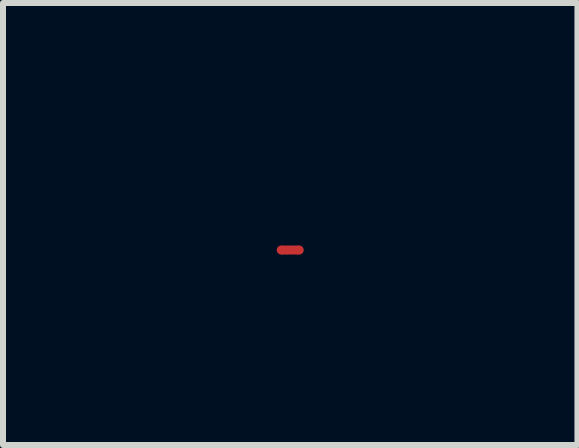
<source format=kicad_pcb>
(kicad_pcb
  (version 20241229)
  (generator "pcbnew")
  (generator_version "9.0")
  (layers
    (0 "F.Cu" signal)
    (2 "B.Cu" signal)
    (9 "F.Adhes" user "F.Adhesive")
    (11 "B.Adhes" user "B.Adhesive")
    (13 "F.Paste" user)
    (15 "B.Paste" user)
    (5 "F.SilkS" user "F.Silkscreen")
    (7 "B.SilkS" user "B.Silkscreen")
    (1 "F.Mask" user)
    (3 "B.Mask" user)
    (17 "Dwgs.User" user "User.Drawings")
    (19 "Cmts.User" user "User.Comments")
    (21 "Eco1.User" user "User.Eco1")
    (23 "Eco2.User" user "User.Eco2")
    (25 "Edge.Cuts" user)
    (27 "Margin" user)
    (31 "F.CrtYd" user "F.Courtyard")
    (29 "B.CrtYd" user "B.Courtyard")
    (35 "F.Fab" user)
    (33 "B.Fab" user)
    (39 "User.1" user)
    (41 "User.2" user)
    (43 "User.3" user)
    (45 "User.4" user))
  (footprint "net-tie-2-tiny"
    (layer "F.Cu")
    (at 1.788 1.118)
    (property "Reference" "net-tie-2-tiny" (at 0 -0.855 0) (layer "Eco2.User") (effects (font (size 0.3 0.3) (thickness 0.05))))
    (attr exclude_from_pos_files exclude_from_bom)
    (fp_poly (pts (xy 0.15 0.075) (xy -0.15 0.075) (xy -0.15 -0.075) (xy 0.15 -0.075)) (stroke (width 0) (type solid)) (fill yes) (layer "F.Cu"))
    (pad "1" smd circle (at -0.15 0) (size 0.15 0.15) (layers "F.Cu"))
    (pad "2" smd circle (at 0.15 0) (size 0.15 0.15) (layers "F.Cu")))
  (gr_rect
    (start -3 -3)
    (end 6.576 4.368)
    (stroke (width 0.1) (type default))
    (fill no)
    (layer "Edge.Cuts")))
</source>
